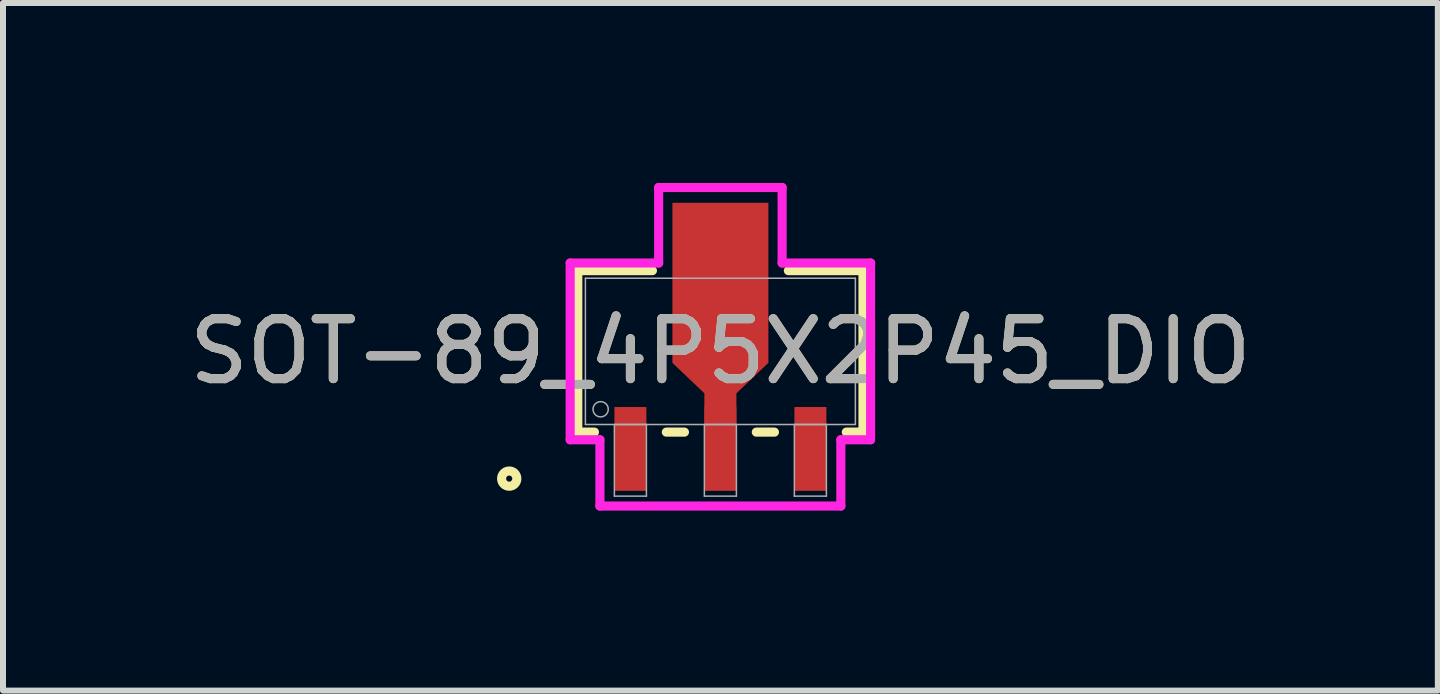
<source format=kicad_pcb>
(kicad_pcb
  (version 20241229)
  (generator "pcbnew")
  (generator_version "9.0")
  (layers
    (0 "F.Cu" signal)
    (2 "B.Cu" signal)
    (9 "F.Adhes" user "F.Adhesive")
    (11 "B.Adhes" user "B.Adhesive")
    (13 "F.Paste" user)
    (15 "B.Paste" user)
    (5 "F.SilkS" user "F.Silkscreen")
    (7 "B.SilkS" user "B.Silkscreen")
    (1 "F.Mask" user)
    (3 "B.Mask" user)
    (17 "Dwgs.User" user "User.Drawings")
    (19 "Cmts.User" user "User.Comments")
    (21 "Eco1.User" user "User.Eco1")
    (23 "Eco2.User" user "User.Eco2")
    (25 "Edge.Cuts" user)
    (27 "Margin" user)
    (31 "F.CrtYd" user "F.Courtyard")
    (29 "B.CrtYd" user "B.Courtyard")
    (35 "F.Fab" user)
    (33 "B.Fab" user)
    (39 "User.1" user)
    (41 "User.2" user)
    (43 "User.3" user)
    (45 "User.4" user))
  (footprint "SOT-89_4P5X2P45_DIO"
    (layer "F.Cu")
    (at 8.958 2.807)
    (property "Reference" "SOT-89_4P5X2P45_DIO" (at 0 0 0) (unlocked yes) (layer "F.SilkS") (effects (font (size 1 1) (thickness 0.15))))
    (attr smd)
    (fp_poly (pts (xy -0.267 1.219) (xy -0.267 0.699) (xy -0.8 0.191) (xy -0.8 -2.477) (xy -0.413 -2.477) (xy 0.413 -2.477) (xy 0.8 -2.477) (xy 0.8 0.191) (xy 0.267 0.699) (xy 0.267 1.219)) (stroke (width 0) (type solid)) (fill yes) (layer "F.Cu"))
    (fp_poly (pts (xy -0.267 1.219) (xy -0.267 0.699) (xy -0.8 0.191) (xy -0.8 -2.477) (xy 0.8 -2.477) (xy 0.8 0.191) (xy 0.267 0.699) (xy 0.267 1.219)) (stroke (width 0) (type solid)) (fill yes) (layer "F.Mask"))
    (fp_line (start -2.377 -1.346) (end -2.377 1.346) (stroke (width 0.152) (type solid)) (layer "F.SilkS"))
    (fp_line (start -2.377 1.346) (end -2.099 1.346) (stroke (width 0.152) (type solid)) (layer "F.SilkS"))
    (fp_line (start -1.133 -1.346) (end -2.377 -1.346) (stroke (width 0.152) (type solid)) (layer "F.SilkS"))
    (fp_line (start -0.901 1.346) (end -0.599 1.346) (stroke (width 0.152) (type solid)) (layer "F.SilkS"))
    (fp_line (start 0.599 1.346) (end 0.901 1.346) (stroke (width 0.152) (type solid)) (layer "F.SilkS"))
    (fp_line (start 2.099 1.346) (end 2.377 1.346) (stroke (width 0.152) (type solid)) (layer "F.SilkS"))
    (fp_line (start 2.377 -1.346) (end 1.133 -1.346) (stroke (width 0.152) (type solid)) (layer "F.SilkS"))
    (fp_line (start 2.377 1.346) (end 2.377 -1.346) (stroke (width 0.152) (type solid)) (layer "F.SilkS"))
    (fp_circle (center -3.52 2.121) (end -3.393 2.121) (stroke (width 0.152) (type solid)) (fill no) (layer "F.SilkS"))
    (fp_poly (pts (xy -0.267 1.219) (xy -0.267 0.699) (xy -0.8 0.191) (xy -0.8 -2.477) (xy 0.8 -2.477) (xy 0.8 0.191) (xy 0.267 0.699) (xy 0.267 1.219)) (stroke (width 0) (type solid)) (fill yes) (layer "F.Paste"))
    (fp_line (start -2.504 -1.473) (end -1.029 -1.473) (stroke (width 0.152) (type solid)) (layer "F.CrtYd"))
    (fp_line (start -2.504 1.473) (end -2.504 -1.473) (stroke (width 0.152) (type solid)) (layer "F.CrtYd"))
    (fp_line (start -2.008 1.473) (end -2.504 1.473) (stroke (width 0.152) (type solid)) (layer "F.CrtYd"))
    (fp_line (start -2.008 2.578) (end -2.008 1.473) (stroke (width 0.152) (type solid)) (layer "F.CrtYd"))
    (fp_line (start -1.029 -2.731) (end 1.029 -2.731) (stroke (width 0.152) (type solid)) (layer "F.CrtYd"))
    (fp_line (start -1.029 -1.473) (end -1.029 -2.731) (stroke (width 0.152) (type solid)) (layer "F.CrtYd"))
    (fp_line (start 1.029 -2.731) (end 1.029 -1.473) (stroke (width 0.152) (type solid)) (layer "F.CrtYd"))
    (fp_line (start 1.029 -1.473) (end 2.504 -1.473) (stroke (width 0.152) (type solid)) (layer "F.CrtYd"))
    (fp_line (start 2.008 1.473) (end 2.008 2.578) (stroke (width 0.152) (type solid)) (layer "F.CrtYd"))
    (fp_line (start 2.008 2.578) (end -2.008 2.578) (stroke (width 0.152) (type solid)) (layer "F.CrtYd"))
    (fp_line (start 2.504 -1.473) (end 2.504 1.473) (stroke (width 0.152) (type solid)) (layer "F.CrtYd"))
    (fp_line (start 2.504 1.473) (end 2.008 1.473) (stroke (width 0.152) (type solid)) (layer "F.CrtYd"))
    (fp_line (start -2.25 -1.219) (end -2.25 1.219) (stroke (width 0.025) (type solid)) (layer "F.Fab"))
    (fp_line (start -2.25 1.219) (end 2.25 1.219) (stroke (width 0.025) (type solid)) (layer "F.Fab"))
    (fp_line (start -1.767 1.219) (end -1.767 2.413) (stroke (width 0.025) (type solid)) (layer "F.Fab"))
    (fp_line (start -1.767 2.413) (end -1.233 2.413) (stroke (width 0.025) (type solid)) (layer "F.Fab"))
    (fp_line (start -1.233 1.219) (end -1.767 1.219) (stroke (width 0.025) (type solid)) (layer "F.Fab"))
    (fp_line (start -1.233 2.413) (end -1.233 1.219) (stroke (width 0.025) (type solid)) (layer "F.Fab"))
    (fp_line (start -0.267 1.219) (end -0.267 2.413) (stroke (width 0.025) (type solid)) (layer "F.Fab"))
    (fp_line (start -0.267 2.413) (end 0.267 2.413) (stroke (width 0.025) (type solid)) (layer "F.Fab"))
    (fp_line (start 0.267 1.219) (end -0.267 1.219) (stroke (width 0.025) (type solid)) (layer "F.Fab"))
    (fp_line (start 0.267 2.413) (end 0.267 1.219) (stroke (width 0.025) (type solid)) (layer "F.Fab"))
    (fp_line (start 1.233 1.219) (end 1.233 2.413) (stroke (width 0.025) (type solid)) (layer "F.Fab"))
    (fp_line (start 1.233 2.413) (end 1.767 2.413) (stroke (width 0.025) (type solid)) (layer "F.Fab"))
    (fp_line (start 1.767 1.219) (end 1.233 1.219) (stroke (width 0.025) (type solid)) (layer "F.Fab"))
    (fp_line (start 1.767 2.413) (end 1.767 1.219) (stroke (width 0.025) (type solid)) (layer "F.Fab"))
    (fp_line (start 2.25 -1.219) (end -2.25 -1.219) (stroke (width 0.025) (type solid)) (layer "F.Fab"))
    (fp_line (start 2.25 1.219) (end 2.25 -1.219) (stroke (width 0.025) (type solid)) (layer "F.Fab"))
    (fp_circle (center -1.996 0.965) (end -1.869 0.965) (stroke (width 0.025) (type solid)) (fill no) (layer "F.Fab"))
    (fp_text user "${REFERENCE}" (at 0 0 0) (unlocked yes) (layer "F.Fab") (effects (font (size 1 1) (thickness 0.15))))
    (pad "1" smd rect (at -1.5 1.626) (size 0.533 1.397) (layers "F.Cu" "F.Mask" "F.Paste"))
    (pad "2" smd rect (at 0 1.626) (size 0.533 1.397) (layers "F.Cu" "F.Mask" "F.Paste"))
    (pad "3" smd rect (at 1.5 1.626) (size 0.533 1.397) (layers "F.Cu" "F.Mask" "F.Paste")))
  (gr_rect
    (start -3 -3)
    (end 20.917 8.461)
    (stroke (width 0.1) (type default))
    (fill no)
    (layer "Edge.Cuts")))
</source>
